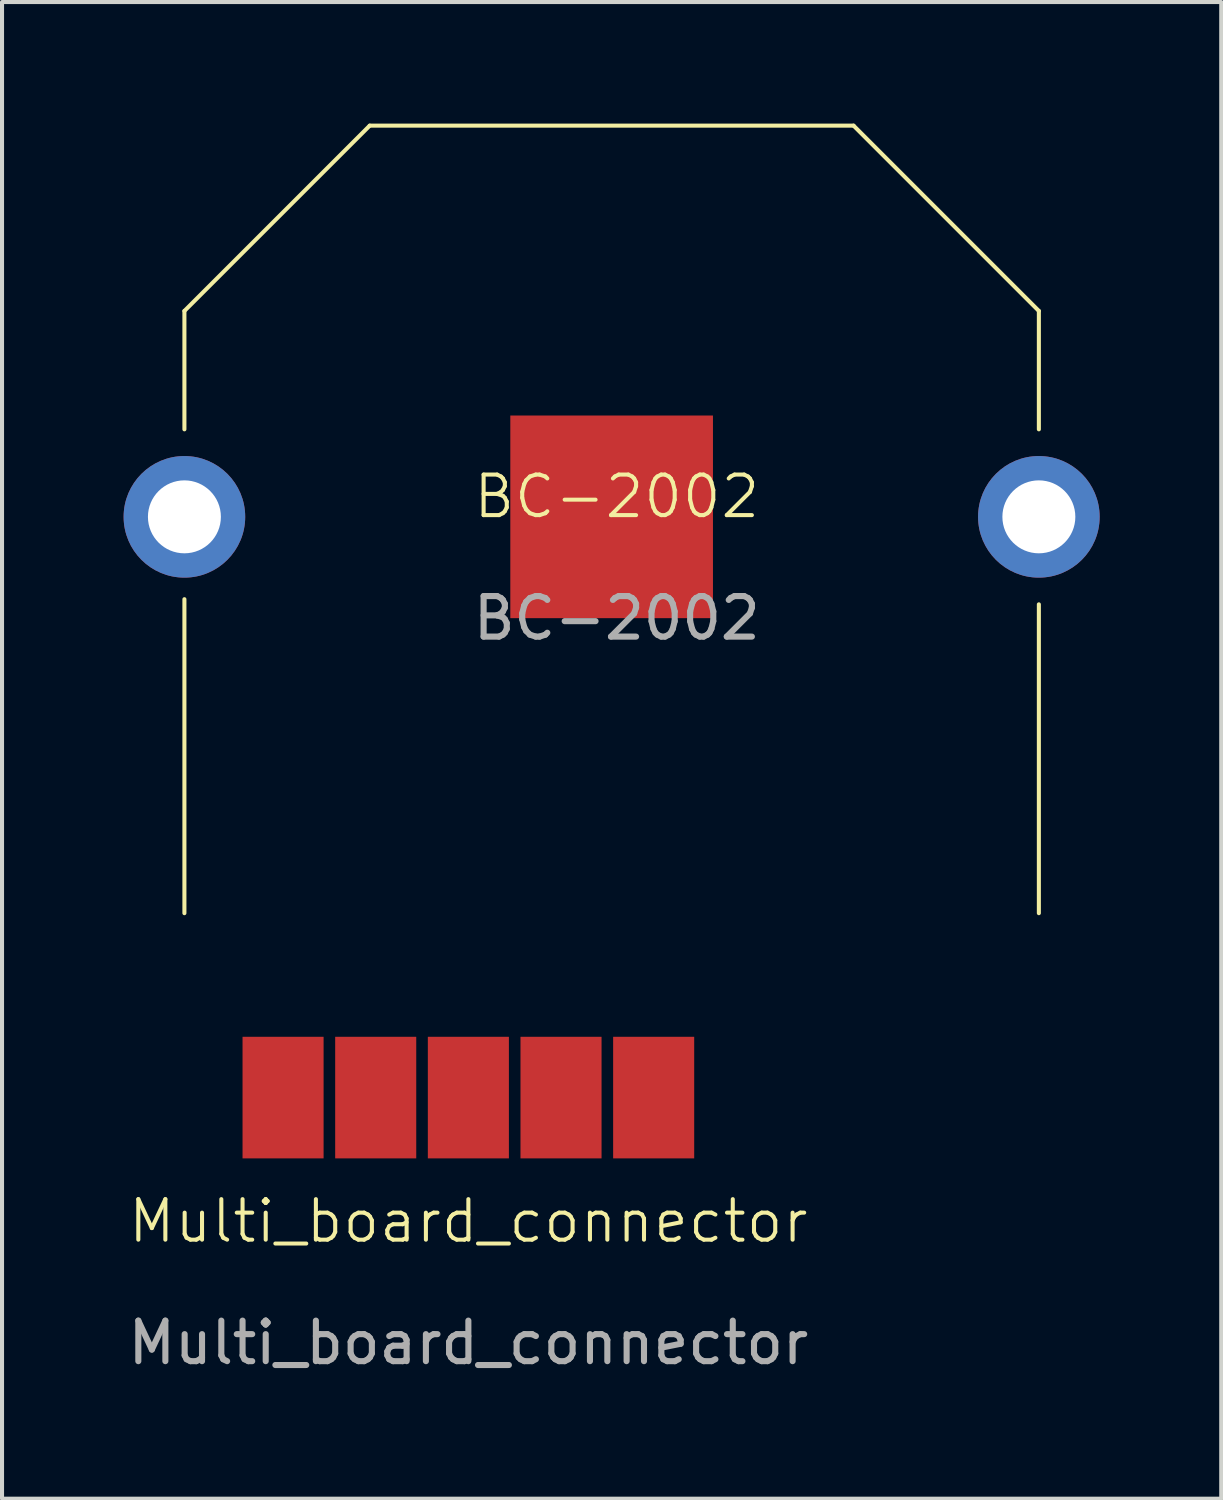
<source format=kicad_pcb>
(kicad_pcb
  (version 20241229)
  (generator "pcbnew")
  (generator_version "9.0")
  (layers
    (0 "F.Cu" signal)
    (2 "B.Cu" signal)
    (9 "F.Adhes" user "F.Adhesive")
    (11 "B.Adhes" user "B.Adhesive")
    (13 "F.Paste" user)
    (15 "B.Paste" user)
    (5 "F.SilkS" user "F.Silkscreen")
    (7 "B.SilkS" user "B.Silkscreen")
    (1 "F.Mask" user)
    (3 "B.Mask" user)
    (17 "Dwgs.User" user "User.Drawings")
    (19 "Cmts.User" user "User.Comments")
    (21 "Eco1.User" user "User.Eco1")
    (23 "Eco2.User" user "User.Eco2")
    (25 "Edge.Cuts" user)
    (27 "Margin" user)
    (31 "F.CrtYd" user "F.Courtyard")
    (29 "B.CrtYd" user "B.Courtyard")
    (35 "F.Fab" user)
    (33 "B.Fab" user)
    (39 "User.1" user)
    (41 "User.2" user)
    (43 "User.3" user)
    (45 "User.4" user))
  (footprint "Multi_board_connector"
    (layer "F.Cu")
    (at 8.506 23.777)
    (property "Reference" "Multi_board_connector" (at 0 3.302 0) (unlocked yes) (layer "F.SilkS") (effects (font (size 1 1) (thickness 0.1))))
    (attr smd)
    (fp_text user "${REFERENCE}" (at 0 6.302 0) (unlocked yes) (layer "F.Fab") (effects (font (size 1 1) (thickness 0.15))))
    (pad "1" smd rect (at -4.572 0.254 270) (size 3 2) (layers "F.Cu" "F.Mask" "F.Paste"))
    (pad "2" smd rect (at -2.286 0.254 270) (size 3 2) (layers "F.Cu" "F.Mask" "F.Paste"))
    (pad "3" smd rect (at 0 0.254 270) (size 3 2) (layers "F.Cu" "F.Mask" "F.Paste"))
    (pad "4" smd rect (at 2.286 0.254 270) (size 3 2) (layers "F.Cu" "F.Mask" "F.Paste"))
    (pad "5" smd rect (at 4.572 0.254 270) (size 3 2) (layers "F.Cu" "F.Mask" "F.Paste")))
  (footprint "BC-2002"
    (layer "F.Cu")
    (at 12.041 9.702)
    (property "Reference" "BC-2002" (at 0.127 -0.5 0) (unlocked yes) (layer "F.SilkS") (effects (font (size 1 1) (thickness 0.1))))
    (attr through_hole)
    (fp_line (start -10.541 -5.08) (end -10.541 -2.159) (stroke (width 0.1) (type default)) (layer "F.SilkS"))
    (fp_line (start -10.541 -5.08) (end -5.969 -9.652) (stroke (width 0.1) (type default)) (layer "F.SilkS"))
    (fp_line (start -10.541 2.032) (end -10.541 9.779) (stroke (width 0.1) (type default)) (layer "F.SilkS"))
    (fp_line (start 5.969 -9.652) (end -5.969 -9.652) (stroke (width 0.1) (type default)) (layer "F.SilkS"))
    (fp_line (start 10.541 -5.08) (end 5.969 -9.652) (stroke (width 0.1) (type default)) (layer "F.SilkS"))
    (fp_line (start 10.541 -2.159) (end 10.541 -5.08) (stroke (width 0.1) (type default)) (layer "F.SilkS"))
    (fp_line (start 10.541 9.779) (end 10.541 2.159) (stroke (width 0.1) (type default)) (layer "F.SilkS"))
    (fp_text user "${REFERENCE}" (at 0.127 2.5 0) (unlocked yes) (layer "F.Fab") (effects (font (size 1 1) (thickness 0.15))))
    (pad "1" thru_hole circle (at -10.541 0 90) (size 3 3) (drill 1.8) (layers "*.Cu" "*.Mask"))
    (pad "1" thru_hole circle (at 10.541 0 90) (size 3 3) (drill 1.8) (layers "*.Cu" "*.Mask"))
    (pad "2" smd rect (at 0 0) (size 5 5) (layers "F.Cu" "F.Mask" "F.Paste")))
  (gr_rect
    (start -3 -3)
    (end 27.082 33.927)
    (stroke (width 0.1) (type default))
    (fill no)
    (layer "Edge.Cuts")))
</source>
